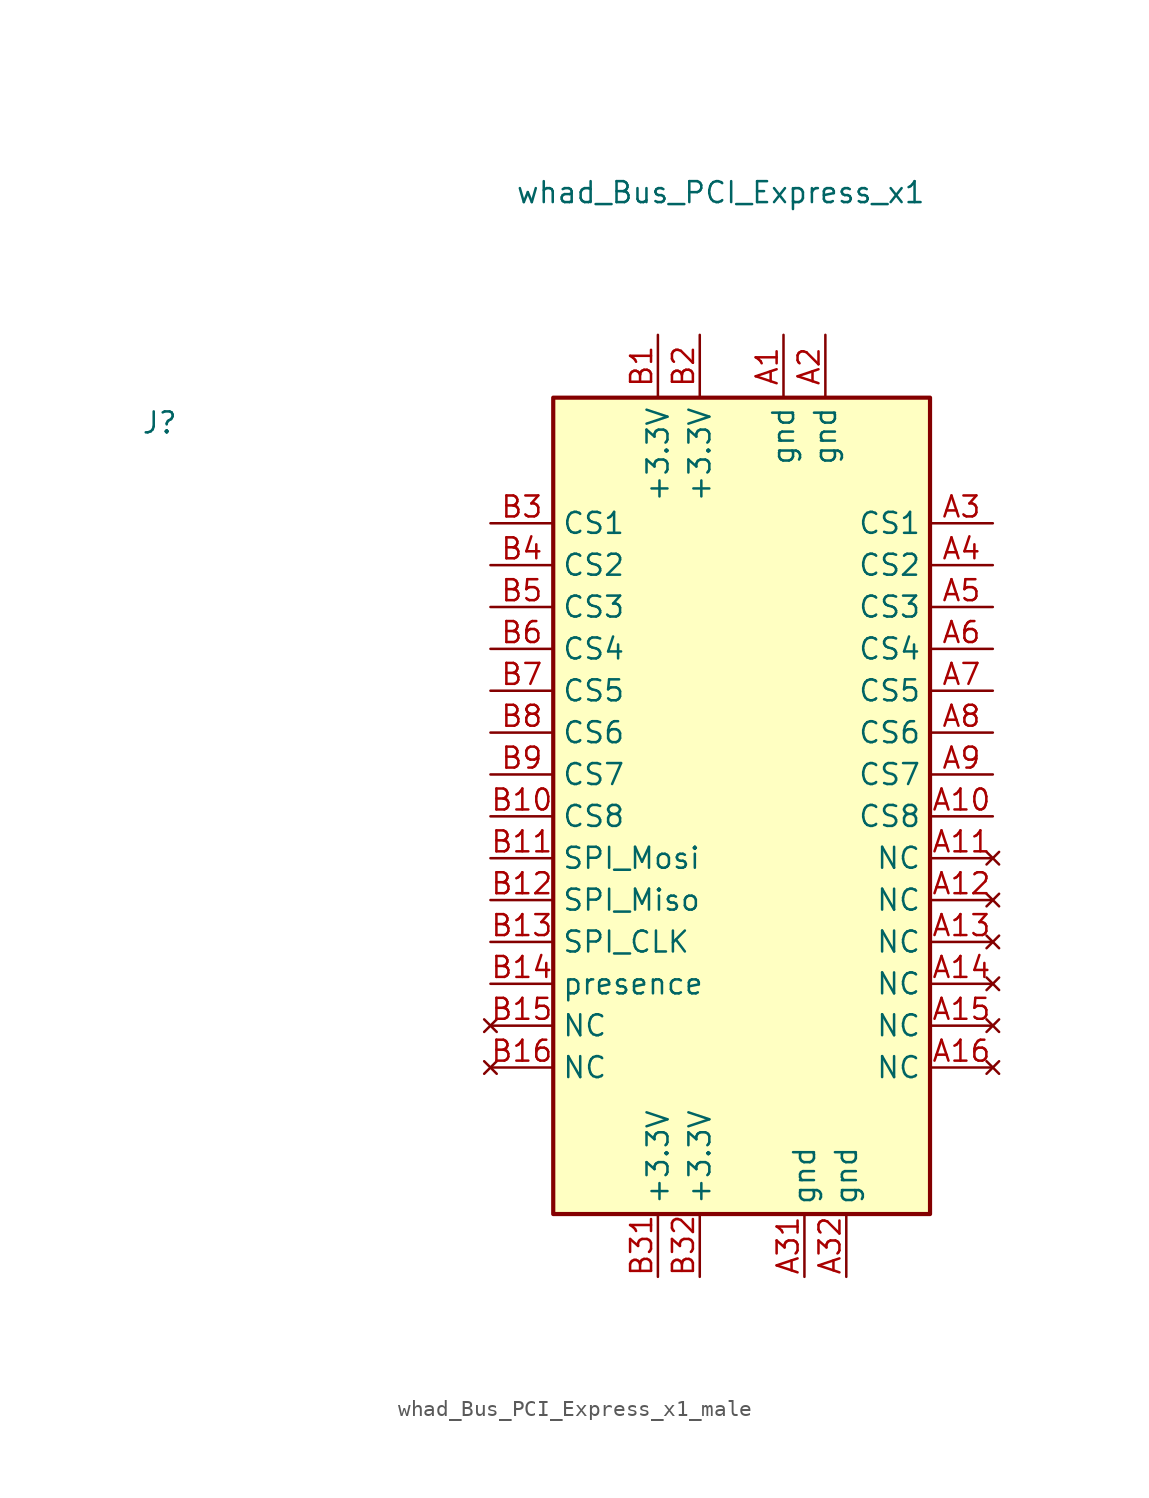
<source format=kicad_sym>
(kicad_symbol_lib
  (version 20241209)
  (generator "kicad_symbol_editor")
  (generator_version "9.0")
  (symbol "whad_Bus_PCI_Express_x1_male"
    (property "Reference" "J"
      (at -35.306 20.066 0)
      (effects (font (size 1.27 1.27))))
    (property "Value" "whad_Bus_PCI_Express_x1"
      (at -1.27 34.036 0)
      (effects (font (size 1.27 1.27))))
    (symbol "whad_Bus_PCI_Express_x1_male_0_1"
      (rectangle (start -11.43 21.59) (end 11.43 -27.94) (stroke (width 0.254) (type default)) (fill (type background))))
    (symbol "whad_Bus_PCI_Express_x1_male_1_1"
      (pin input line (at -15.24 13.97 0) (length 3.81) (name "CS1" (effects (font (size 1.27 1.27)))) (number "B3" (effects (font (size 1.27 1.27)))))
      (pin input line (at -15.24 11.43 0) (length 3.81) (name "CS2" (effects (font (size 1.27 1.27)))) (number "B4" (effects (font (size 1.27 1.27)))))
      (pin input line (at -15.24 8.89 0) (length 3.81) (name "CS3" (effects (font (size 1.27 1.27)))) (number "B5" (effects (font (size 1.27 1.27)))))
      (pin input line (at -15.24 6.35 0) (length 3.81) (name "CS4" (effects (font (size 1.27 1.27)))) (number "B6" (effects (font (size 1.27 1.27)))))
      (pin input line (at -15.24 3.81 0) (length 3.81) (name "CS5" (effects (font (size 1.27 1.27)))) (number "B7" (effects (font (size 1.27 1.27)))))
      (pin input line (at -15.24 1.27 0) (length 3.81) (name "CS6" (effects (font (size 1.27 1.27)))) (number "B8" (effects (font (size 1.27 1.27)))))
      (pin input line (at -15.24 -1.27 0) (length 3.81) (name "CS7" (effects (font (size 1.27 1.27)))) (number "B9" (effects (font (size 1.27 1.27)))))
      (pin input line (at -15.24 -3.81 0) (length 3.81) (name "CS8" (effects (font (size 1.27 1.27)))) (number "B10" (effects (font (size 1.27 1.27)))))
      (pin bidirectional line (at -15.24 -6.35 0) (length 3.81) (name "SPI_Mosi" (effects (font (size 1.27 1.27)))) (number "B11" (effects (font (size 1.27 1.27)))))
      (pin bidirectional line (at -15.24 -8.89 0) (length 3.81) (name "SPI_Miso" (effects (font (size 1.27 1.27)))) (number "B12" (effects (font (size 1.27 1.27)))))
      (pin bidirectional line (at -15.24 -11.43 0) (length 3.81) (name "SPI_CLK" (effects (font (size 1.27 1.27)))) (number "B13" (effects (font (size 1.27 1.27)))))
      (pin bidirectional line (at -15.24 -13.97 0) (length 3.81) (name "presence" (effects (font (size 1.27 1.27)))) (number "B14" (effects (font (size 1.27 1.27)))))
      (pin no_connect line (at -15.24 -16.51 0) (length 3.81) (name "NC" (effects (font (size 1.27 1.27)))) (number "B15" (effects (font (size 1.27 1.27)))))
      (pin no_connect line (at -15.24 -19.05 0) (length 3.81) (name "NC" (effects (font (size 1.27 1.27)))) (number "B16" (effects (font (size 1.27 1.27)))))
      (pin input line (at -5.08 25.4 270) (length 3.81) (name "+3.3V" (effects (font (size 1.27 1.27)))) (number "B1" (effects (font (size 1.27 1.27)))))
      (pin input line (at -5.08 -31.75 90) (length 3.81) (name "+3.3V" (effects (font (size 1.27 1.27)))) (number "B31" (effects (font (size 1.27 1.27)))))
      (pin input line (at -2.54 25.4 270) (length 3.81) (name "+3.3V" (effects (font (size 1.27 1.27)))) (number "B2" (effects (font (size 1.27 1.27)))))
      (pin input line (at -2.54 -31.75 90) (length 3.81) (name "+3.3V" (effects (font (size 1.27 1.27)))) (number "B32" (effects (font (size 1.27 1.27)))))
      (pin input line (at 2.54 25.4 270) (length 3.81) (name "gnd" (effects (font (size 1.27 1.27)))) (number "A1" (effects (font (size 1.27 1.27)))))
      (pin input line (at 3.81 -31.75 90) (length 3.81) (name "gnd" (effects (font (size 1.27 1.27)))) (number "A31" (effects (font (size 1.27 1.27)))))
      (pin input line (at 5.08 25.4 270) (length 3.81) (name "gnd" (effects (font (size 1.27 1.27)))) (number "A2" (effects (font (size 1.27 1.27)))))
      (pin input line (at 6.35 -31.75 90) (length 3.81) (name "gnd" (effects (font (size 1.27 1.27)))) (number "A32" (effects (font (size 1.27 1.27)))))
      (pin input line (at 15.24 13.97 180) (length 3.81) (name "CS1" (effects (font (size 1.27 1.27)))) (number "A3" (effects (font (size 1.27 1.27)))))
      (pin input line (at 15.24 11.43 180) (length 3.81) (name "CS2" (effects (font (size 1.27 1.27)))) (number "A4" (effects (font (size 1.27 1.27)))))
      (pin input line (at 15.24 8.89 180) (length 3.81) (name "CS3" (effects (font (size 1.27 1.27)))) (number "A5" (effects (font (size 1.27 1.27)))))
      (pin input line (at 15.24 6.35 180) (length 3.81) (name "CS4" (effects (font (size 1.27 1.27)))) (number "A6" (effects (font (size 1.27 1.27)))))
      (pin input line (at 15.24 3.81 180) (length 3.81) (name "CS5" (effects (font (size 1.27 1.27)))) (number "A7" (effects (font (size 1.27 1.27)))))
      (pin input line (at 15.24 1.27 180) (length 3.81) (name "CS6" (effects (font (size 1.27 1.27)))) (number "A8" (effects (font (size 1.27 1.27)))))
      (pin input line (at 15.24 -1.27 180) (length 3.81) (name "CS7" (effects (font (size 1.27 1.27)))) (number "A9" (effects (font (size 1.27 1.27)))))
      (pin input line (at 15.24 -3.81 180) (length 3.81) (name "CS8" (effects (font (size 1.27 1.27)))) (number "A10" (effects (font (size 1.27 1.27)))))
      (pin no_connect line (at 15.24 -6.35 180) (length 3.81) (name "NC" (effects (font (size 1.27 1.27)))) (number "A11" (effects (font (size 1.27 1.27)))))
      (pin no_connect line (at 15.24 -8.89 180) (length 3.81) (name "NC" (effects (font (size 1.27 1.27)))) (number "A12" (effects (font (size 1.27 1.27)))))
      (pin no_connect line (at 15.24 -11.43 180) (length 3.81) (name "NC" (effects (font (size 1.27 1.27)))) (number "A13" (effects (font (size 1.27 1.27)))))
      (pin no_connect line (at 15.24 -13.97 180) (length 3.81) (name "NC" (effects (font (size 1.27 1.27)))) (number "A14" (effects (font (size 1.27 1.27)))))
      (pin no_connect line (at 15.24 -16.51 180) (length 3.81) (name "NC" (effects (font (size 1.27 1.27)))) (number "A15" (effects (font (size 1.27 1.27)))))
      (pin no_connect line (at 15.24 -19.05 180) (length 3.81) (name "NC" (effects (font (size 1.27 1.27)))) (number "A16" (effects (font (size 1.27 1.27))))))))
</source>
